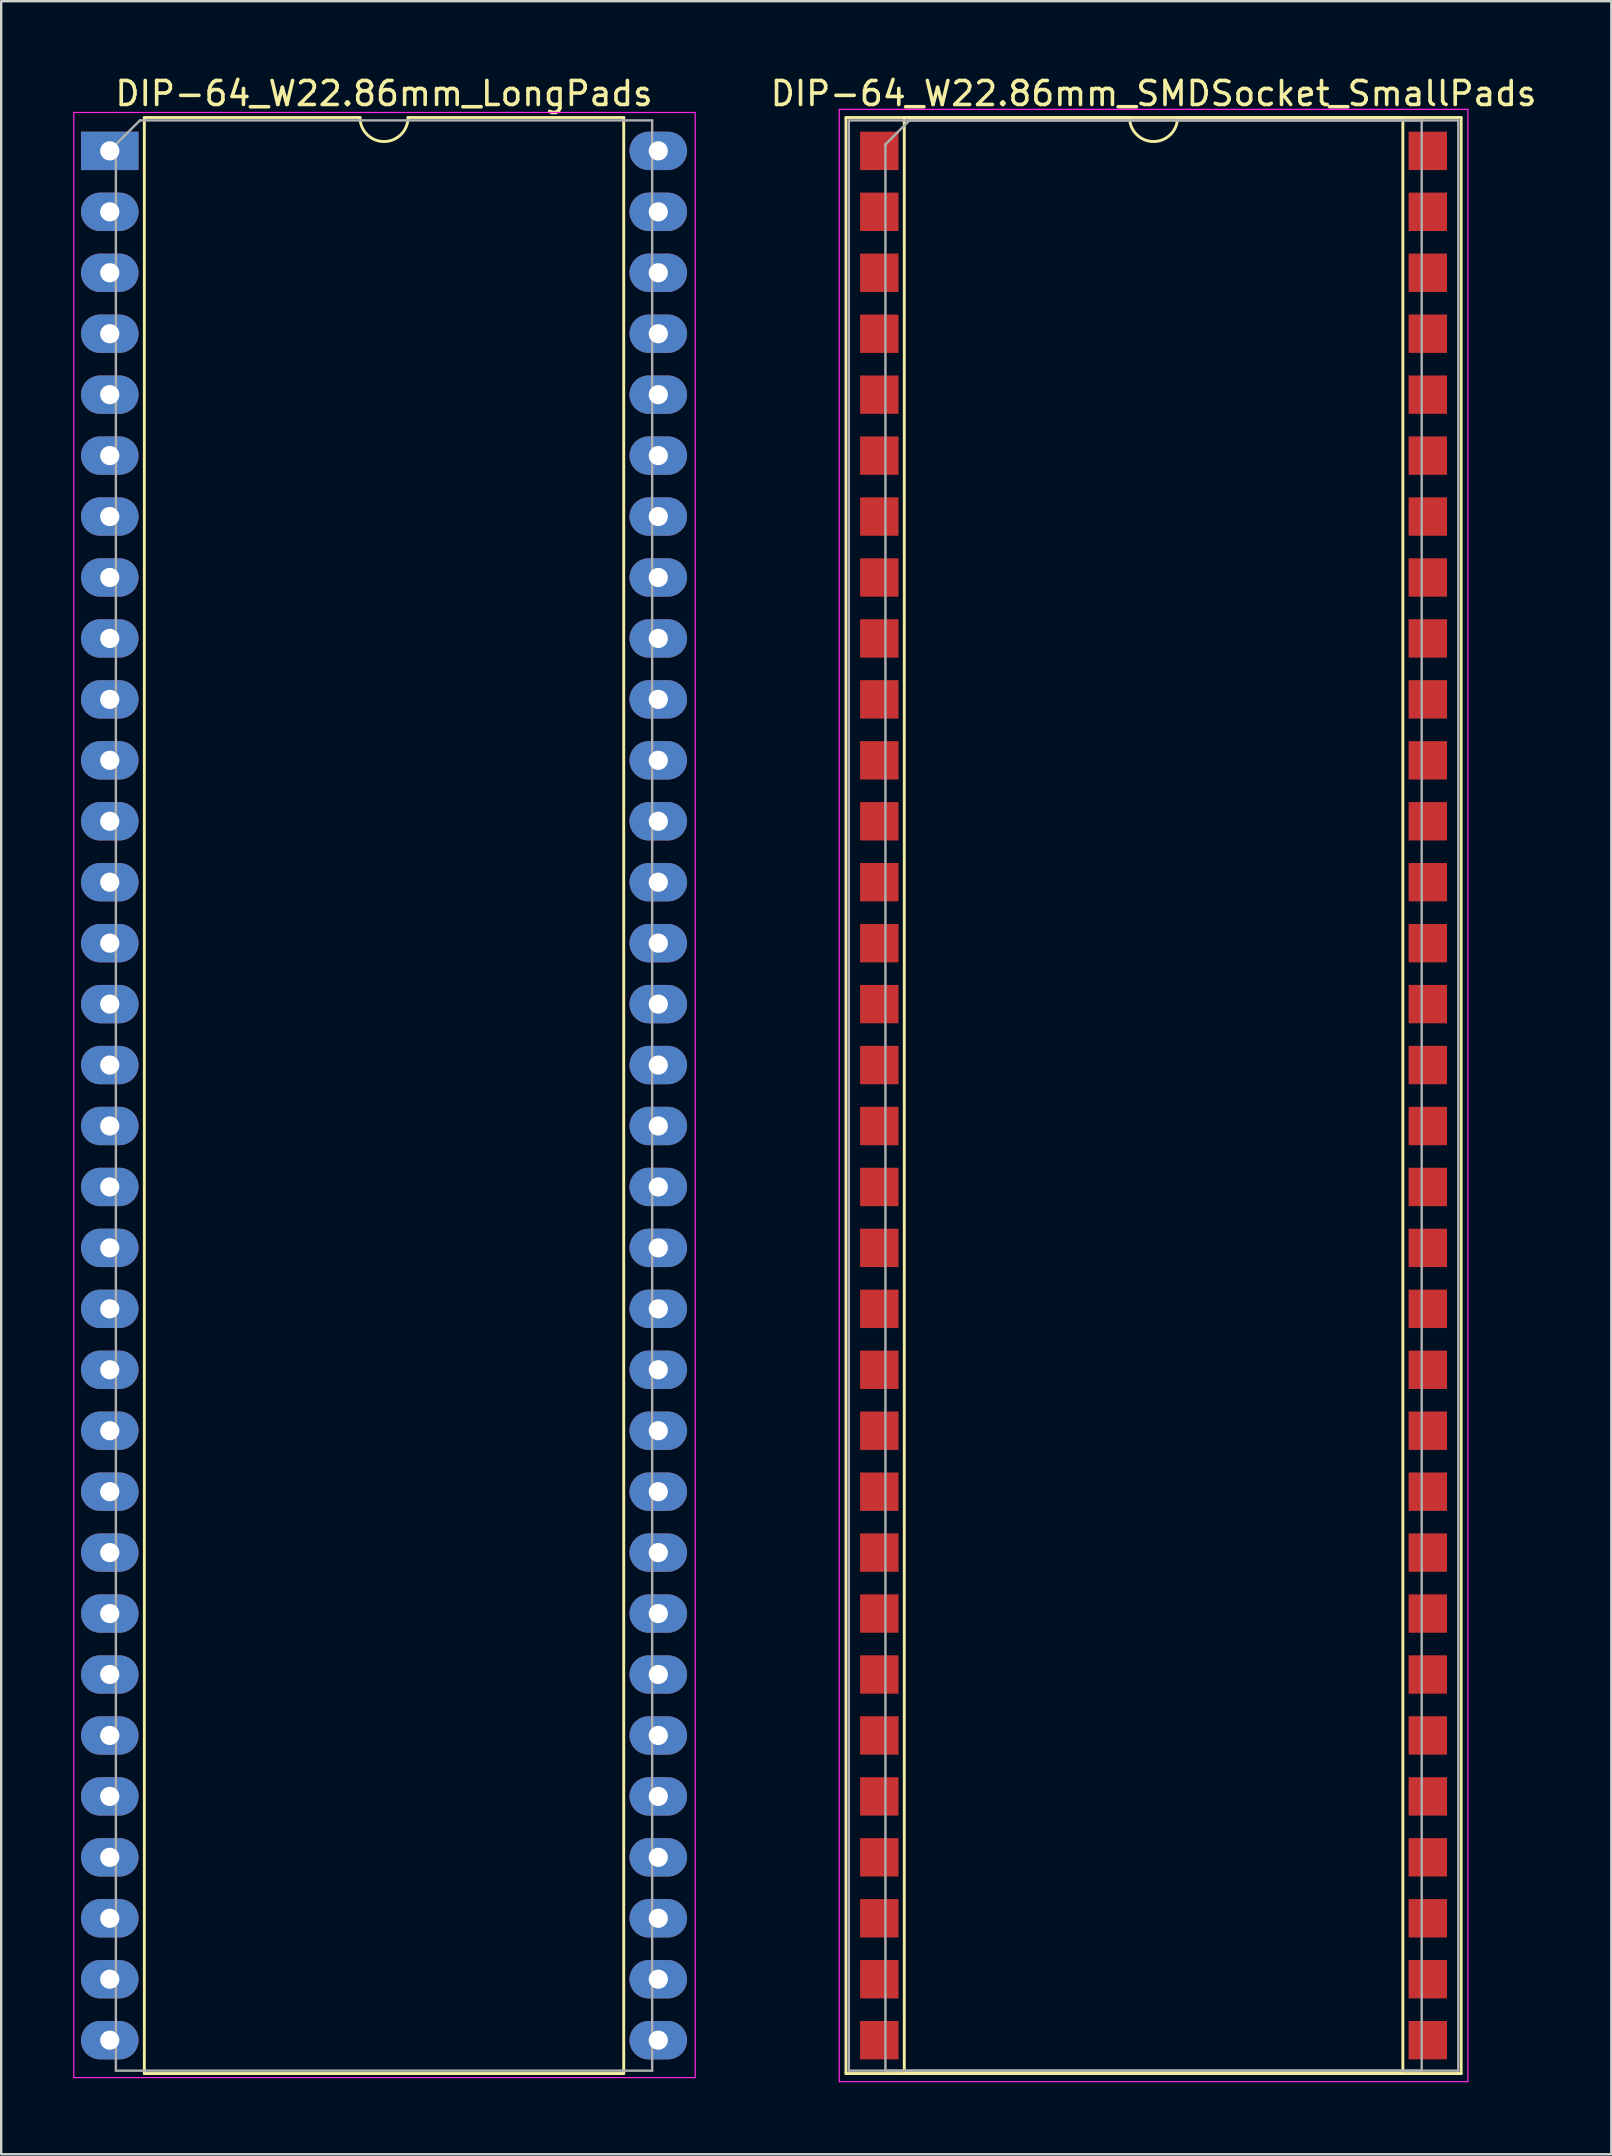
<source format=kicad_pcb>
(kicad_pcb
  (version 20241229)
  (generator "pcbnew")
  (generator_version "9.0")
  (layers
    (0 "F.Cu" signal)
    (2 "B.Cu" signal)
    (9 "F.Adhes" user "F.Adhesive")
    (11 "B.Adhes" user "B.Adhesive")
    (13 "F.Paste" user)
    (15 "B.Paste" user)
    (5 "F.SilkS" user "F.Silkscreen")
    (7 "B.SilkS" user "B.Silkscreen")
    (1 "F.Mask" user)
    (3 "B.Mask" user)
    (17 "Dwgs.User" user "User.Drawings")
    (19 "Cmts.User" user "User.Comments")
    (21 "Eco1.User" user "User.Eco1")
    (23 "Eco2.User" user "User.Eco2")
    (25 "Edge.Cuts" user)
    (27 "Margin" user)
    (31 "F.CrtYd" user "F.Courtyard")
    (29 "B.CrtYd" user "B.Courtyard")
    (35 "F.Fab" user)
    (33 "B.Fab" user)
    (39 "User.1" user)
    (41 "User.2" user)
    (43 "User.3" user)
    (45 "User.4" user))
  (footprint "DIP-64_W22.86mm_SMDSocket_SmallPads"
    (layer "F.Cu")
    (at 45.027 42.608)
    (property "Reference" "DIP-64_W22.86mm_SMDSocket_SmallPads" (at 0 -41.76 0) (layer "F.SilkS") (effects (font (size 1 1) (thickness 0.15))))
    (attr smd)
    (fp_line (start -12.82 -40.76) (end -12.82 40.76) (stroke (width 0.12) (type solid)) (layer "F.SilkS"))
    (fp_line (start -12.82 40.76) (end 12.82 40.76) (stroke (width 0.12) (type solid)) (layer "F.SilkS"))
    (fp_line (start -10.39 -40.76) (end -10.39 40.76) (stroke (width 0.12) (type solid)) (layer "F.SilkS"))
    (fp_line (start -10.39 40.76) (end 10.39 40.76) (stroke (width 0.12) (type solid)) (layer "F.SilkS"))
    (fp_line (start -1 -40.76) (end -10.39 -40.76) (stroke (width 0.12) (type solid)) (layer "F.SilkS"))
    (fp_line (start 10.39 -40.76) (end 1 -40.76) (stroke (width 0.12) (type solid)) (layer "F.SilkS"))
    (fp_line (start 10.39 40.76) (end 10.39 -40.76) (stroke (width 0.12) (type solid)) (layer "F.SilkS"))
    (fp_line (start 12.82 -40.76) (end -12.82 -40.76) (stroke (width 0.12) (type solid)) (layer "F.SilkS"))
    (fp_line (start 12.82 40.76) (end 12.82 -40.76) (stroke (width 0.12) (type solid)) (layer "F.SilkS"))
    (fp_arc (start 1 -40.76) (mid 0 -39.76) (end -1 -40.76) (stroke (width 0.12) (type solid)) (layer "F.SilkS"))
    (fp_line (start -13.1 -41.1) (end -13.1 41.1) (stroke (width 0.05) (type solid)) (layer "F.CrtYd"))
    (fp_line (start -13.1 41.1) (end 13.1 41.1) (stroke (width 0.05) (type solid)) (layer "F.CrtYd"))
    (fp_line (start 13.1 -41.1) (end -13.1 -41.1) (stroke (width 0.05) (type solid)) (layer "F.CrtYd"))
    (fp_line (start 13.1 41.1) (end 13.1 -41.1) (stroke (width 0.05) (type solid)) (layer "F.CrtYd"))
    (fp_line (start -12.7 -40.64) (end -12.7 40.64) (stroke (width 0.1) (type solid)) (layer "F.Fab"))
    (fp_line (start -12.7 40.64) (end 12.7 40.64) (stroke (width 0.1) (type solid)) (layer "F.Fab"))
    (fp_line (start -11.175 -39.64) (end -10.175 -40.64) (stroke (width 0.1) (type solid)) (layer "F.Fab"))
    (fp_line (start -11.175 40.64) (end -11.175 -39.64) (stroke (width 0.1) (type solid)) (layer "F.Fab"))
    (fp_line (start -10.175 -40.64) (end 11.175 -40.64) (stroke (width 0.1) (type solid)) (layer "F.Fab"))
    (fp_line (start 11.175 -40.64) (end 11.175 40.64) (stroke (width 0.1) (type solid)) (layer "F.Fab"))
    (fp_line (start 11.175 40.64) (end -11.175 40.64) (stroke (width 0.1) (type solid)) (layer "F.Fab"))
    (fp_line (start 12.7 -40.64) (end -12.7 -40.64) (stroke (width 0.1) (type solid)) (layer "F.Fab"))
    (fp_line (start 12.7 40.64) (end 12.7 -40.64) (stroke (width 0.1) (type solid)) (layer "F.Fab"))
    (pad "1" smd rect (at -11.43 -39.37) (size 1.6 1.6) (layers "F.Cu" "F.Mask"))
    (pad "2" smd rect (at -11.43 -36.83) (size 1.6 1.6) (layers "F.Cu" "F.Mask"))
    (pad "3" smd rect (at -11.43 -34.29) (size 1.6 1.6) (layers "F.Cu" "F.Mask"))
    (pad "4" smd rect (at -11.43 -31.75) (size 1.6 1.6) (layers "F.Cu" "F.Mask"))
    (pad "5" smd rect (at -11.43 -29.21) (size 1.6 1.6) (layers "F.Cu" "F.Mask"))
    (pad "6" smd rect (at -11.43 -26.67) (size 1.6 1.6) (layers "F.Cu" "F.Mask"))
    (pad "7" smd rect (at -11.43 -24.13) (size 1.6 1.6) (layers "F.Cu" "F.Mask"))
    (pad "8" smd rect (at -11.43 -21.59) (size 1.6 1.6) (layers "F.Cu" "F.Mask"))
    (pad "9" smd rect (at -11.43 -19.05) (size 1.6 1.6) (layers "F.Cu" "F.Mask"))
    (pad "10" smd rect (at -11.43 -16.51) (size 1.6 1.6) (layers "F.Cu" "F.Mask"))
    (pad "11" smd rect (at -11.43 -13.97) (size 1.6 1.6) (layers "F.Cu" "F.Mask"))
    (pad "12" smd rect (at -11.43 -11.43) (size 1.6 1.6) (layers "F.Cu" "F.Mask"))
    (pad "13" smd rect (at -11.43 -8.89) (size 1.6 1.6) (layers "F.Cu" "F.Mask"))
    (pad "14" smd rect (at -11.43 -6.35) (size 1.6 1.6) (layers "F.Cu" "F.Mask"))
    (pad "15" smd rect (at -11.43 -3.81) (size 1.6 1.6) (layers "F.Cu" "F.Mask"))
    (pad "16" smd rect (at -11.43 -1.27) (size 1.6 1.6) (layers "F.Cu" "F.Mask"))
    (pad "17" smd rect (at -11.43 1.27) (size 1.6 1.6) (layers "F.Cu" "F.Mask"))
    (pad "18" smd rect (at -11.43 3.81) (size 1.6 1.6) (layers "F.Cu" "F.Mask"))
    (pad "19" smd rect (at -11.43 6.35) (size 1.6 1.6) (layers "F.Cu" "F.Mask"))
    (pad "20" smd rect (at -11.43 8.89) (size 1.6 1.6) (layers "F.Cu" "F.Mask"))
    (pad "21" smd rect (at -11.43 11.43) (size 1.6 1.6) (layers "F.Cu" "F.Mask"))
    (pad "22" smd rect (at -11.43 13.97) (size 1.6 1.6) (layers "F.Cu" "F.Mask"))
    (pad "23" smd rect (at -11.43 16.51) (size 1.6 1.6) (layers "F.Cu" "F.Mask"))
    (pad "24" smd rect (at -11.43 19.05) (size 1.6 1.6) (layers "F.Cu" "F.Mask"))
    (pad "25" smd rect (at -11.43 21.59) (size 1.6 1.6) (layers "F.Cu" "F.Mask"))
    (pad "26" smd rect (at -11.43 24.13) (size 1.6 1.6) (layers "F.Cu" "F.Mask"))
    (pad "27" smd rect (at -11.43 26.67) (size 1.6 1.6) (layers "F.Cu" "F.Mask"))
    (pad "28" smd rect (at -11.43 29.21) (size 1.6 1.6) (layers "F.Cu" "F.Mask"))
    (pad "29" smd rect (at -11.43 31.75) (size 1.6 1.6) (layers "F.Cu" "F.Mask"))
    (pad "30" smd rect (at -11.43 34.29) (size 1.6 1.6) (layers "F.Cu" "F.Mask"))
    (pad "31" smd rect (at -11.43 36.83) (size 1.6 1.6) (layers "F.Cu" "F.Mask"))
    (pad "32" smd rect (at -11.43 39.37) (size 1.6 1.6) (layers "F.Cu" "F.Mask"))
    (pad "33" smd rect (at 11.43 39.37) (size 1.6 1.6) (layers "F.Cu" "F.Mask"))
    (pad "34" smd rect (at 11.43 36.83) (size 1.6 1.6) (layers "F.Cu" "F.Mask"))
    (pad "35" smd rect (at 11.43 34.29) (size 1.6 1.6) (layers "F.Cu" "F.Mask"))
    (pad "36" smd rect (at 11.43 31.75) (size 1.6 1.6) (layers "F.Cu" "F.Mask"))
    (pad "37" smd rect (at 11.43 29.21) (size 1.6 1.6) (layers "F.Cu" "F.Mask"))
    (pad "38" smd rect (at 11.43 26.67) (size 1.6 1.6) (layers "F.Cu" "F.Mask"))
    (pad "39" smd rect (at 11.43 24.13) (size 1.6 1.6) (layers "F.Cu" "F.Mask"))
    (pad "40" smd rect (at 11.43 21.59) (size 1.6 1.6) (layers "F.Cu" "F.Mask"))
    (pad "41" smd rect (at 11.43 19.05) (size 1.6 1.6) (layers "F.Cu" "F.Mask"))
    (pad "42" smd rect (at 11.43 16.51) (size 1.6 1.6) (layers "F.Cu" "F.Mask"))
    (pad "43" smd rect (at 11.43 13.97) (size 1.6 1.6) (layers "F.Cu" "F.Mask"))
    (pad "44" smd rect (at 11.43 11.43) (size 1.6 1.6) (layers "F.Cu" "F.Mask"))
    (pad "45" smd rect (at 11.43 8.89) (size 1.6 1.6) (layers "F.Cu" "F.Mask"))
    (pad "46" smd rect (at 11.43 6.35) (size 1.6 1.6) (layers "F.Cu" "F.Mask"))
    (pad "47" smd rect (at 11.43 3.81) (size 1.6 1.6) (layers "F.Cu" "F.Mask"))
    (pad "48" smd rect (at 11.43 1.27) (size 1.6 1.6) (layers "F.Cu" "F.Mask"))
    (pad "49" smd rect (at 11.43 -1.27) (size 1.6 1.6) (layers "F.Cu" "F.Mask"))
    (pad "50" smd rect (at 11.43 -3.81) (size 1.6 1.6) (layers "F.Cu" "F.Mask"))
    (pad "51" smd rect (at 11.43 -6.35) (size 1.6 1.6) (layers "F.Cu" "F.Mask"))
    (pad "52" smd rect (at 11.43 -8.89) (size 1.6 1.6) (layers "F.Cu" "F.Mask"))
    (pad "53" smd rect (at 11.43 -11.43) (size 1.6 1.6) (layers "F.Cu" "F.Mask"))
    (pad "54" smd rect (at 11.43 -13.97) (size 1.6 1.6) (layers "F.Cu" "F.Mask"))
    (pad "55" smd rect (at 11.43 -16.51) (size 1.6 1.6) (layers "F.Cu" "F.Mask"))
    (pad "56" smd rect (at 11.43 -19.05) (size 1.6 1.6) (layers "F.Cu" "F.Mask"))
    (pad "57" smd rect (at 11.43 -21.59) (size 1.6 1.6) (layers "F.Cu" "F.Mask"))
    (pad "58" smd rect (at 11.43 -24.13) (size 1.6 1.6) (layers "F.Cu" "F.Mask"))
    (pad "59" smd rect (at 11.43 -26.67) (size 1.6 1.6) (layers "F.Cu" "F.Mask"))
    (pad "60" smd rect (at 11.43 -29.21) (size 1.6 1.6) (layers "F.Cu" "F.Mask"))
    (pad "61" smd rect (at 11.43 -31.75) (size 1.6 1.6) (layers "F.Cu" "F.Mask"))
    (pad "62" smd rect (at 11.43 -34.29) (size 1.6 1.6) (layers "F.Cu" "F.Mask"))
    (pad "63" smd rect (at 11.43 -36.83) (size 1.6 1.6) (layers "F.Cu" "F.Mask"))
    (pad "64" smd rect (at 11.43 -39.37) (size 1.6 1.6) (layers "F.Cu" "F.Mask")))
  (footprint "DIP-64_W22.86mm_LongPads"
    (layer "F.Cu")
    (at 1.525 3.238)
    (property "Reference" "DIP-64_W22.86mm_LongPads" (at 11.43 -2.39 0) (layer "F.SilkS") (effects (font (size 1 1) (thickness 0.15))))
    (attr through_hole)
    (fp_line (start 1.44 -1.39) (end 1.44 80.13) (stroke (width 0.12) (type solid)) (layer "F.SilkS"))
    (fp_line (start 1.44 80.13) (end 21.42 80.13) (stroke (width 0.12) (type solid)) (layer "F.SilkS"))
    (fp_line (start 10.43 -1.39) (end 1.44 -1.39) (stroke (width 0.12) (type solid)) (layer "F.SilkS"))
    (fp_line (start 21.42 -1.39) (end 12.43 -1.39) (stroke (width 0.12) (type solid)) (layer "F.SilkS"))
    (fp_line (start 21.42 80.13) (end 21.42 -1.39) (stroke (width 0.12) (type solid)) (layer "F.SilkS"))
    (fp_arc (start 12.43 -1.39) (mid 11.43 -0.39) (end 10.43 -1.39) (stroke (width 0.12) (type solid)) (layer "F.SilkS"))
    (fp_line (start -1.5 -1.6) (end -1.5 80.3) (stroke (width 0.05) (type solid)) (layer "F.CrtYd"))
    (fp_line (start -1.5 80.3) (end 24.4 80.3) (stroke (width 0.05) (type solid)) (layer "F.CrtYd"))
    (fp_line (start 24.4 -1.6) (end -1.5 -1.6) (stroke (width 0.05) (type solid)) (layer "F.CrtYd"))
    (fp_line (start 24.4 80.3) (end 24.4 -1.6) (stroke (width 0.05) (type solid)) (layer "F.CrtYd"))
    (fp_line (start 0.255 -0.27) (end 1.255 -1.27) (stroke (width 0.1) (type solid)) (layer "F.Fab"))
    (fp_line (start 0.255 80.01) (end 0.255 -0.27) (stroke (width 0.1) (type solid)) (layer "F.Fab"))
    (fp_line (start 1.255 -1.27) (end 22.605 -1.27) (stroke (width 0.1) (type solid)) (layer "F.Fab"))
    (fp_line (start 22.605 -1.27) (end 22.605 80.01) (stroke (width 0.1) (type solid)) (layer "F.Fab"))
    (fp_line (start 22.605 80.01) (end 0.255 80.01) (stroke (width 0.1) (type solid)) (layer "F.Fab"))
    (pad "1" thru_hole rect (at 0 0) (size 2.4 1.6) (drill 0.8) (layers "*.Cu" "*.Mask"))
    (pad "2" thru_hole oval (at 0 2.54) (size 2.4 1.6) (drill 0.8) (layers "*.Cu" "*.Mask"))
    (pad "3" thru_hole oval (at 0 5.08) (size 2.4 1.6) (drill 0.8) (layers "*.Cu" "*.Mask"))
    (pad "4" thru_hole oval (at 0 7.62) (size 2.4 1.6) (drill 0.8) (layers "*.Cu" "*.Mask"))
    (pad "5" thru_hole oval (at 0 10.16) (size 2.4 1.6) (drill 0.8) (layers "*.Cu" "*.Mask"))
    (pad "6" thru_hole oval (at 0 12.7) (size 2.4 1.6) (drill 0.8) (layers "*.Cu" "*.Mask"))
    (pad "7" thru_hole oval (at 0 15.24) (size 2.4 1.6) (drill 0.8) (layers "*.Cu" "*.Mask"))
    (pad "8" thru_hole oval (at 0 17.78) (size 2.4 1.6) (drill 0.8) (layers "*.Cu" "*.Mask"))
    (pad "9" thru_hole oval (at 0 20.32) (size 2.4 1.6) (drill 0.8) (layers "*.Cu" "*.Mask"))
    (pad "10" thru_hole oval (at 0 22.86) (size 2.4 1.6) (drill 0.8) (layers "*.Cu" "*.Mask"))
    (pad "11" thru_hole oval (at 0 25.4) (size 2.4 1.6) (drill 0.8) (layers "*.Cu" "*.Mask"))
    (pad "12" thru_hole oval (at 0 27.94) (size 2.4 1.6) (drill 0.8) (layers "*.Cu" "*.Mask"))
    (pad "13" thru_hole oval (at 0 30.48) (size 2.4 1.6) (drill 0.8) (layers "*.Cu" "*.Mask"))
    (pad "14" thru_hole oval (at 0 33.02) (size 2.4 1.6) (drill 0.8) (layers "*.Cu" "*.Mask"))
    (pad "15" thru_hole oval (at 0 35.56) (size 2.4 1.6) (drill 0.8) (layers "*.Cu" "*.Mask"))
    (pad "16" thru_hole oval (at 0 38.1) (size 2.4 1.6) (drill 0.8) (layers "*.Cu" "*.Mask"))
    (pad "17" thru_hole oval (at 0 40.64) (size 2.4 1.6) (drill 0.8) (layers "*.Cu" "*.Mask"))
    (pad "18" thru_hole oval (at 0 43.18) (size 2.4 1.6) (drill 0.8) (layers "*.Cu" "*.Mask"))
    (pad "19" thru_hole oval (at 0 45.72) (size 2.4 1.6) (drill 0.8) (layers "*.Cu" "*.Mask"))
    (pad "20" thru_hole oval (at 0 48.26) (size 2.4 1.6) (drill 0.8) (layers "*.Cu" "*.Mask"))
    (pad "21" thru_hole oval (at 0 50.8) (size 2.4 1.6) (drill 0.8) (layers "*.Cu" "*.Mask"))
    (pad "22" thru_hole oval (at 0 53.34) (size 2.4 1.6) (drill 0.8) (layers "*.Cu" "*.Mask"))
    (pad "23" thru_hole oval (at 0 55.88) (size 2.4 1.6) (drill 0.8) (layers "*.Cu" "*.Mask"))
    (pad "24" thru_hole oval (at 0 58.42) (size 2.4 1.6) (drill 0.8) (layers "*.Cu" "*.Mask"))
    (pad "25" thru_hole oval (at 0 60.96) (size 2.4 1.6) (drill 0.8) (layers "*.Cu" "*.Mask"))
    (pad "26" thru_hole oval (at 0 63.5) (size 2.4 1.6) (drill 0.8) (layers "*.Cu" "*.Mask"))
    (pad "27" thru_hole oval (at 0 66.04) (size 2.4 1.6) (drill 0.8) (layers "*.Cu" "*.Mask"))
    (pad "28" thru_hole oval (at 0 68.58) (size 2.4 1.6) (drill 0.8) (layers "*.Cu" "*.Mask"))
    (pad "29" thru_hole oval (at 0 71.12) (size 2.4 1.6) (drill 0.8) (layers "*.Cu" "*.Mask"))
    (pad "30" thru_hole oval (at 0 73.66) (size 2.4 1.6) (drill 0.8) (layers "*.Cu" "*.Mask"))
    (pad "31" thru_hole oval (at 0 76.2) (size 2.4 1.6) (drill 0.8) (layers "*.Cu" "*.Mask"))
    (pad "32" thru_hole oval (at 0 78.74) (size 2.4 1.6) (drill 0.8) (layers "*.Cu" "*.Mask"))
    (pad "33" thru_hole oval (at 22.86 78.74) (size 2.4 1.6) (drill 0.8) (layers "*.Cu" "*.Mask"))
    (pad "34" thru_hole oval (at 22.86 76.2) (size 2.4 1.6) (drill 0.8) (layers "*.Cu" "*.Mask"))
    (pad "35" thru_hole oval (at 22.86 73.66) (size 2.4 1.6) (drill 0.8) (layers "*.Cu" "*.Mask"))
    (pad "36" thru_hole oval (at 22.86 71.12) (size 2.4 1.6) (drill 0.8) (layers "*.Cu" "*.Mask"))
    (pad "37" thru_hole oval (at 22.86 68.58) (size 2.4 1.6) (drill 0.8) (layers "*.Cu" "*.Mask"))
    (pad "38" thru_hole oval (at 22.86 66.04) (size 2.4 1.6) (drill 0.8) (layers "*.Cu" "*.Mask"))
    (pad "39" thru_hole oval (at 22.86 63.5) (size 2.4 1.6) (drill 0.8) (layers "*.Cu" "*.Mask"))
    (pad "40" thru_hole oval (at 22.86 60.96) (size 2.4 1.6) (drill 0.8) (layers "*.Cu" "*.Mask"))
    (pad "41" thru_hole oval (at 22.86 58.42) (size 2.4 1.6) (drill 0.8) (layers "*.Cu" "*.Mask"))
    (pad "42" thru_hole oval (at 22.86 55.88) (size 2.4 1.6) (drill 0.8) (layers "*.Cu" "*.Mask"))
    (pad "43" thru_hole oval (at 22.86 53.34) (size 2.4 1.6) (drill 0.8) (layers "*.Cu" "*.Mask"))
    (pad "44" thru_hole oval (at 22.86 50.8) (size 2.4 1.6) (drill 0.8) (layers "*.Cu" "*.Mask"))
    (pad "45" thru_hole oval (at 22.86 48.26) (size 2.4 1.6) (drill 0.8) (layers "*.Cu" "*.Mask"))
    (pad "46" thru_hole oval (at 22.86 45.72) (size 2.4 1.6) (drill 0.8) (layers "*.Cu" "*.Mask"))
    (pad "47" thru_hole oval (at 22.86 43.18) (size 2.4 1.6) (drill 0.8) (layers "*.Cu" "*.Mask"))
    (pad "48" thru_hole oval (at 22.86 40.64) (size 2.4 1.6) (drill 0.8) (layers "*.Cu" "*.Mask"))
    (pad "49" thru_hole oval (at 22.86 38.1) (size 2.4 1.6) (drill 0.8) (layers "*.Cu" "*.Mask"))
    (pad "50" thru_hole oval (at 22.86 35.56) (size 2.4 1.6) (drill 0.8) (layers "*.Cu" "*.Mask"))
    (pad "51" thru_hole oval (at 22.86 33.02) (size 2.4 1.6) (drill 0.8) (layers "*.Cu" "*.Mask"))
    (pad "52" thru_hole oval (at 22.86 30.48) (size 2.4 1.6) (drill 0.8) (layers "*.Cu" "*.Mask"))
    (pad "53" thru_hole oval (at 22.86 27.94) (size 2.4 1.6) (drill 0.8) (layers "*.Cu" "*.Mask"))
    (pad "54" thru_hole oval (at 22.86 25.4) (size 2.4 1.6) (drill 0.8) (layers "*.Cu" "*.Mask"))
    (pad "55" thru_hole oval (at 22.86 22.86) (size 2.4 1.6) (drill 0.8) (layers "*.Cu" "*.Mask"))
    (pad "56" thru_hole oval (at 22.86 20.32) (size 2.4 1.6) (drill 0.8) (layers "*.Cu" "*.Mask"))
    (pad "57" thru_hole oval (at 22.86 17.78) (size 2.4 1.6) (drill 0.8) (layers "*.Cu" "*.Mask"))
    (pad "58" thru_hole oval (at 22.86 15.24) (size 2.4 1.6) (drill 0.8) (layers "*.Cu" "*.Mask"))
    (pad "59" thru_hole oval (at 22.86 12.7) (size 2.4 1.6) (drill 0.8) (layers "*.Cu" "*.Mask"))
    (pad "60" thru_hole oval (at 22.86 10.16) (size 2.4 1.6) (drill 0.8) (layers "*.Cu" "*.Mask"))
    (pad "61" thru_hole oval (at 22.86 7.62) (size 2.4 1.6) (drill 0.8) (layers "*.Cu" "*.Mask"))
    (pad "62" thru_hole oval (at 22.86 5.08) (size 2.4 1.6) (drill 0.8) (layers "*.Cu" "*.Mask"))
    (pad "63" thru_hole oval (at 22.86 2.54) (size 2.4 1.6) (drill 0.8) (layers "*.Cu" "*.Mask"))
    (pad "64" thru_hole oval (at 22.86 0) (size 2.4 1.6) (drill 0.8) (layers "*.Cu" "*.Mask")))
  (gr_rect
    (start -3 -3)
    (end 64.105 86.733)
    (stroke (width 0.1) (type default))
    (fill no)
    (layer "Edge.Cuts")))
</source>
